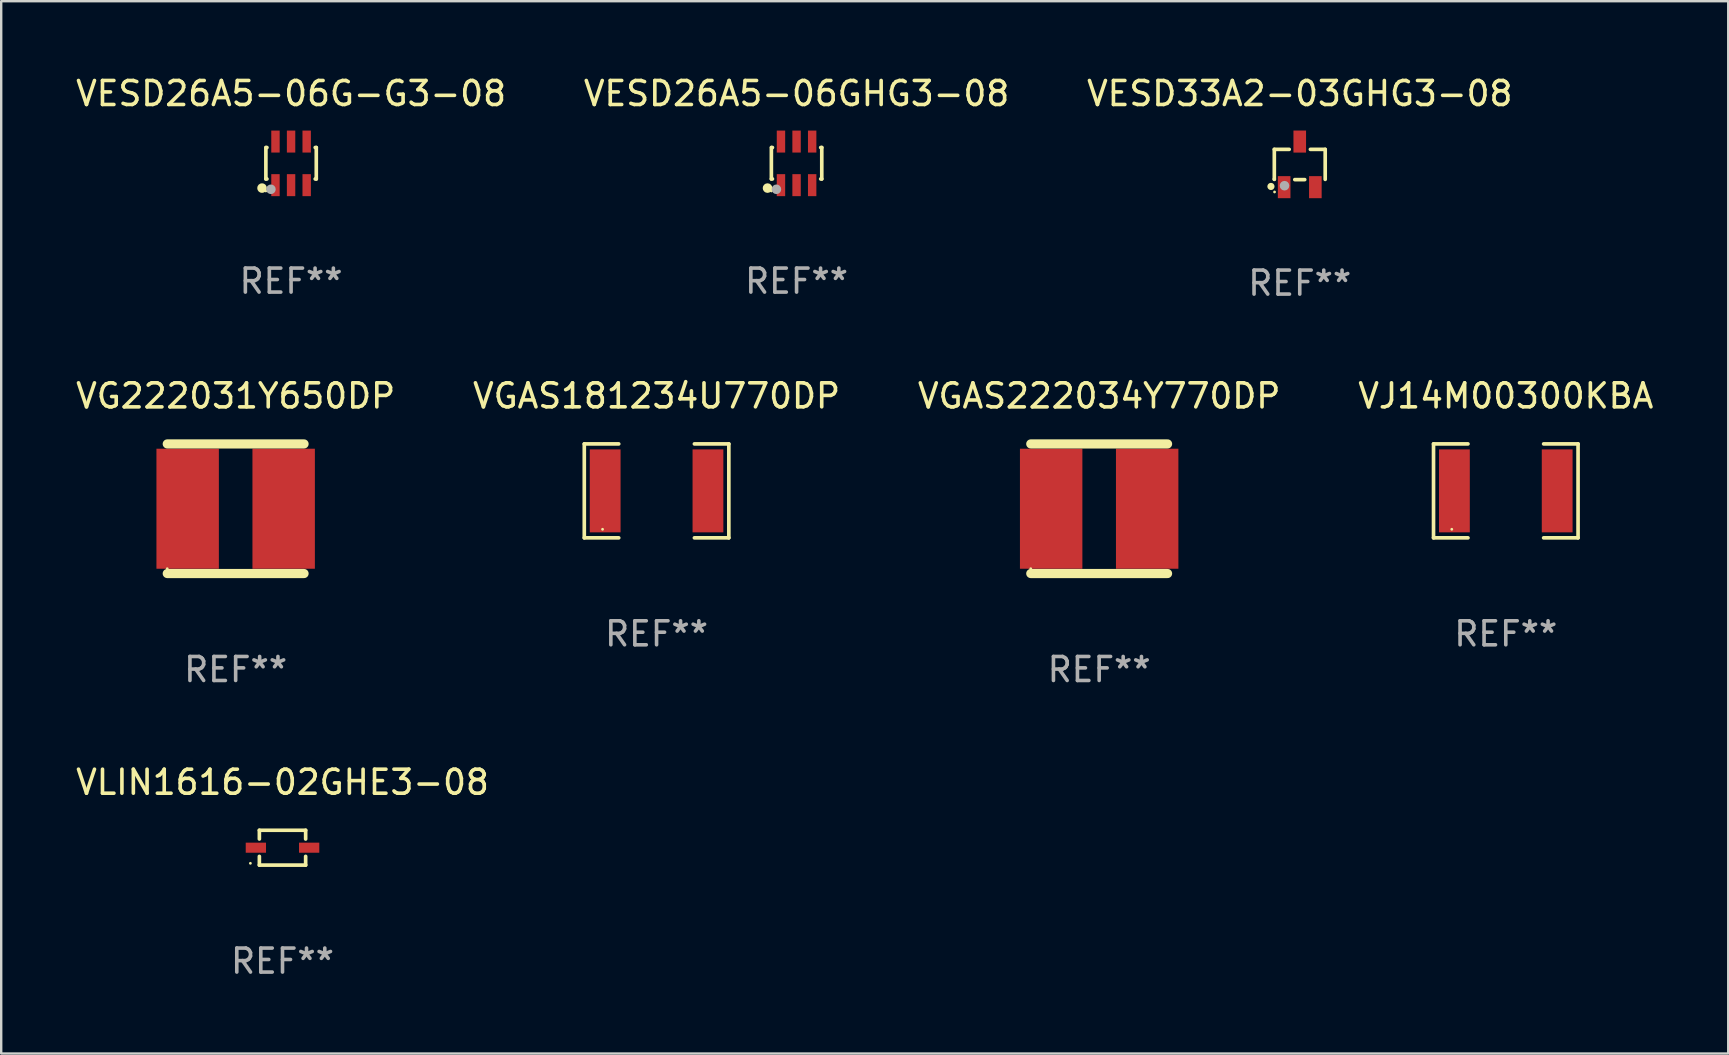
<source format=kicad_pcb>
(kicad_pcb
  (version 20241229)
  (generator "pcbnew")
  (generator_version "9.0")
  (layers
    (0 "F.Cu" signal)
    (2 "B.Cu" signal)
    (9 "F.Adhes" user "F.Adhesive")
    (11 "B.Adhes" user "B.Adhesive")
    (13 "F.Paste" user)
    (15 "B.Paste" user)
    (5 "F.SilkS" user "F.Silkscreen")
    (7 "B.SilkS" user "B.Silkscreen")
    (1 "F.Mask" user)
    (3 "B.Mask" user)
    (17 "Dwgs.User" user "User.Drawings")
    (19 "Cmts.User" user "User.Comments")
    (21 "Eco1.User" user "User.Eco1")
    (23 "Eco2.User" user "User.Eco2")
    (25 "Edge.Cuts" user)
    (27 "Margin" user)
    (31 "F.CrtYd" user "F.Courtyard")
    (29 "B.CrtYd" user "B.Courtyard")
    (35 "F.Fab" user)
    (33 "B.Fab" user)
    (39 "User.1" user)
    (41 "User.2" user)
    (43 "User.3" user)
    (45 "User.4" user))
  (footprint "VESD33A2-03GHG3-08"
    (layer "F.Cu")
    (at 51.101 3.798)
    (property "Reference" "VESD33A2-03GHG3-08" (at 0 -2.95 0) (layer "F.SilkS") (effects (font (size 1 1) (thickness 0.15))))
    (attr through_hole)
    (fp_line (start -1.06 -0.625) (end -1.06 0.615) (stroke (width 0.152) (type solid)) (layer "F.SilkS"))
    (fp_line (start -1.06 0.615) (end -1.06 0.625) (stroke (width 0.152) (type solid)) (layer "F.SilkS"))
    (fp_line (start -0.44 -0.625) (end -1.06 -0.625) (stroke (width 0.152) (type solid)) (layer "F.SilkS"))
    (fp_line (start -0.207 0.635) (end 0.207 0.635) (stroke (width 0.152) (type solid)) (layer "F.SilkS"))
    (fp_line (start 1.06 -0.625) (end 0.443 -0.625) (stroke (width 0.152) (type solid)) (layer "F.SilkS"))
    (fp_line (start 1.06 -0.625) (end 1.06 0.625) (stroke (width 0.152) (type solid)) (layer "F.SilkS"))
    (fp_circle (center -1.2 0.92) (end -1.125 0.92) (stroke (width 0.15) (type solid)) (fill no) (layer "F.SilkS"))
    (fp_circle (center -1.05 1.15) (end -1.02 1.15) (stroke (width 0.06) (type solid)) (fill no) (layer "F.SilkS"))
    (fp_circle (center -0.635 0.889) (end -0.535 0.889) (stroke (width 0.2) (type solid)) (fill no) (layer "F.Fab"))
    (fp_text user "REF**" (at 0 4.95 0) (layer "F.Fab") (effects (font (size 1 1) (thickness 0.15))))
    (pad "1" smd rect (at -0.65 0.95) (size 0.525 0.919) (layers "F.Cu" "F.Mask" "F.Paste"))
    (pad "2" smd rect (at 0.65 0.95) (size 0.525 0.919) (layers "F.Cu" "F.Mask" "F.Paste"))
    (pad "3" smd rect (at 0 -0.95) (size 0.525 0.919) (layers "F.Cu" "F.Mask" "F.Paste")))
  (footprint "VESD26A5-06G-G3-08"
    (layer "F.Cu")
    (at 9.077 3.756)
    (property "Reference" "VESD26A5-06G-G3-08" (at 0 -2.908 0) (layer "F.SilkS") (effects (font (size 1 1) (thickness 0.15))))
    (attr through_hole)
    (fp_line (start -1.05 -0.66) (end -1.05 0.65) (stroke (width 0.152) (type solid)) (layer "F.SilkS"))
    (fp_line (start -1.05 0.65) (end -1.005 0.65) (stroke (width 0.152) (type solid)) (layer "F.SilkS"))
    (fp_line (start -1.005 -0.66) (end -1.04 -0.66) (stroke (width 0.152) (type solid)) (layer "F.SilkS"))
    (fp_line (start 1.005 0.65) (end 1.05 0.65) (stroke (width 0.152) (type solid)) (layer "F.SilkS"))
    (fp_line (start 1.05 -0.66) (end 1.005 -0.66) (stroke (width 0.152) (type solid)) (layer "F.SilkS"))
    (fp_line (start 1.05 0.65) (end 1.05 -0.66) (stroke (width 0.152) (type solid)) (layer "F.SilkS"))
    (fp_circle (center -1.21 1.03) (end -1.11 1.03) (stroke (width 0.2) (type solid)) (fill no) (layer "F.SilkS"))
    (fp_circle (center -1.05 1.15) (end -1.02 1.15) (stroke (width 0.06) (type solid)) (fill no) (layer "F.SilkS"))
    (fp_circle (center -0.84 1.08) (end -0.74 1.08) (stroke (width 0.2) (type solid)) (fill no) (layer "F.Fab"))
    (fp_text user "REF**" (at 0 4.908 0) (layer "F.Fab") (effects (font (size 1 1) (thickness 0.15))))
    (pad "1" smd rect (at -0.65 0.908) (size 0.35 0.916) (layers "F.Cu" "F.Mask" "F.Paste"))
    (pad "2" smd rect (at -0.000013 0.908) (size 0.35 0.916) (layers "F.Cu" "F.Mask" "F.Paste"))
    (pad "3" smd rect (at 0.65 0.908) (size 0.35 0.916) (layers "F.Cu" "F.Mask" "F.Paste"))
    (pad "4" smd rect (at 0.65 -0.908) (size 0.35 0.916) (layers "F.Cu" "F.Mask" "F.Paste"))
    (pad "5" smd rect (at -0.000013 -0.908) (size 0.35 0.916) (layers "F.Cu" "F.Mask" "F.Paste"))
    (pad "6" smd rect (at -0.65 -0.908) (size 0.35 0.916) (layers "F.Cu" "F.Mask" "F.Paste")))
  (footprint "VJ14M00300KBA"
    (layer "F.Cu")
    (at 59.685 17.401)
    (property "Reference" "VJ14M00300KBA" (at 0 -3.957 0) (layer "F.SilkS") (effects (font (size 1 1) (thickness 0.15))))
    (attr through_hole)
    (fp_line (start -3.011 -1.957) (end -1.576 -1.957) (stroke (width 0.152) (type solid)) (layer "F.SilkS"))
    (fp_line (start -3.011 1.957) (end -3.011 -1.957) (stroke (width 0.152) (type solid)) (layer "F.SilkS"))
    (fp_line (start -1.576 1.957) (end -3.011 1.957) (stroke (width 0.152) (type solid)) (layer "F.SilkS"))
    (fp_line (start 1.576 1.957) (end 3.011 1.957) (stroke (width 0.152) (type solid)) (layer "F.SilkS"))
    (fp_line (start 3.011 -1.957) (end 1.576 -1.957) (stroke (width 0.152) (type solid)) (layer "F.SilkS"))
    (fp_line (start 3.011 1.957) (end 3.011 -1.957) (stroke (width 0.152) (type solid)) (layer "F.SilkS"))
    (fp_circle (center -2.25 1.6) (end -2.22 1.6) (stroke (width 0.06) (type solid)) (fill no) (layer "F.SilkS"))
    (fp_text user "REF**" (at 0 5.957 0) (layer "F.Fab") (effects (font (size 1 1) (thickness 0.15))))
    (pad "1" smd rect (at -2.141 0) (size 1.283 3.456) (layers "F.Cu" "F.Mask" "F.Paste"))
    (pad "2" smd rect (at 2.141 0) (size 1.283 3.456) (layers "F.Cu" "F.Mask" "F.Paste")))
  (footprint "VESD26A5-06GHG3-08"
    (layer "F.Cu")
    (at 30.137 3.756)
    (property "Reference" "VESD26A5-06GHG3-08" (at 0 -2.908 0) (layer "F.SilkS") (effects (font (size 1 1) (thickness 0.15))))
    (attr through_hole)
    (fp_line (start -1.05 -0.66) (end -1.05 0.65) (stroke (width 0.152) (type solid)) (layer "F.SilkS"))
    (fp_line (start -1.05 0.65) (end -1.005 0.65) (stroke (width 0.152) (type solid)) (layer "F.SilkS"))
    (fp_line (start -1.005 -0.66) (end -1.04 -0.66) (stroke (width 0.152) (type solid)) (layer "F.SilkS"))
    (fp_line (start 1.005 0.65) (end 1.05 0.65) (stroke (width 0.152) (type solid)) (layer "F.SilkS"))
    (fp_line (start 1.05 -0.66) (end 1.005 -0.66) (stroke (width 0.152) (type solid)) (layer "F.SilkS"))
    (fp_line (start 1.05 0.65) (end 1.05 -0.66) (stroke (width 0.152) (type solid)) (layer "F.SilkS"))
    (fp_circle (center -1.21 1.03) (end -1.11 1.03) (stroke (width 0.2) (type solid)) (fill no) (layer "F.SilkS"))
    (fp_circle (center -1.05 1.15) (end -1.02 1.15) (stroke (width 0.06) (type solid)) (fill no) (layer "F.SilkS"))
    (fp_circle (center -0.84 1.08) (end -0.74 1.08) (stroke (width 0.2) (type solid)) (fill no) (layer "F.Fab"))
    (fp_text user "REF**" (at 0 4.908 0) (layer "F.Fab") (effects (font (size 1 1) (thickness 0.15))))
    (pad "1" smd rect (at -0.65 0.908) (size 0.35 0.916) (layers "F.Cu" "F.Mask" "F.Paste"))
    (pad "2" smd rect (at -0.000013 0.908) (size 0.35 0.916) (layers "F.Cu" "F.Mask" "F.Paste"))
    (pad "3" smd rect (at 0.65 0.908) (size 0.35 0.916) (layers "F.Cu" "F.Mask" "F.Paste"))
    (pad "4" smd rect (at 0.65 -0.908) (size 0.35 0.916) (layers "F.Cu" "F.Mask" "F.Paste"))
    (pad "5" smd rect (at -0.000013 -0.908) (size 0.35 0.916) (layers "F.Cu" "F.Mask" "F.Paste"))
    (pad "6" smd rect (at -0.65 -0.908) (size 0.35 0.916) (layers "F.Cu" "F.Mask" "F.Paste")))
  (footprint "VLIN1616-02GHE3-08"
    (layer "F.Cu")
    (at 8.72 32.267)
    (property "Reference" "VLIN1616-02GHE3-08" (at 0 -2.726 0) (layer "F.SilkS") (effects (font (size 1 1) (thickness 0.15))))
    (attr through_hole)
    (fp_line (start -0.964 -0.726) (end 0.964 -0.726) (stroke (width 0.152) (type solid)) (layer "F.SilkS"))
    (fp_line (start -0.964 -0.362) (end -0.964 -0.726) (stroke (width 0.152) (type solid)) (layer "F.SilkS"))
    (fp_line (start -0.964 0.362) (end -0.964 0.726) (stroke (width 0.152) (type solid)) (layer "F.SilkS"))
    (fp_line (start -0.964 0.726) (end 0.964 0.726) (stroke (width 0.152) (type solid)) (layer "F.SilkS"))
    (fp_line (start 0.964 -0.362) (end 0.964 -0.726) (stroke (width 0.152) (type solid)) (layer "F.SilkS"))
    (fp_line (start 0.964 0.362) (end 0.964 0.726) (stroke (width 0.152) (type solid)) (layer "F.SilkS"))
    (fp_circle (center -1.338 0.65) (end -1.308 0.65) (stroke (width 0.06) (type solid)) (fill no) (layer "F.SilkS"))
    (fp_text user "REF**" (at 0 4.726 0) (layer "F.Fab") (effects (font (size 1 1) (thickness 0.15))))
    (pad "1" smd rect (at -1.11 -0.000114) (size 0.845 0.42) (layers "F.Cu" "F.Mask" "F.Paste"))
    (pad "2" smd rect (at 1.11 -0.000114) (size 0.845 0.42) (layers "F.Cu" "F.Mask" "F.Paste")))
  (footprint "VGAS181234U770DP"
    (layer "F.Cu")
    (at 24.304 17.401)
    (property "Reference" "VGAS181234U770DP" (at 0 -3.957 0) (layer "F.SilkS") (effects (font (size 1 1) (thickness 0.15))))
    (attr through_hole)
    (fp_line (start -3.011 -1.957) (end -1.576 -1.957) (stroke (width 0.152) (type solid)) (layer "F.SilkS"))
    (fp_line (start -3.011 1.957) (end -3.011 -1.957) (stroke (width 0.152) (type solid)) (layer "F.SilkS"))
    (fp_line (start -1.576 1.957) (end -3.011 1.957) (stroke (width 0.152) (type solid)) (layer "F.SilkS"))
    (fp_line (start 1.576 1.957) (end 3.011 1.957) (stroke (width 0.152) (type solid)) (layer "F.SilkS"))
    (fp_line (start 3.011 -1.957) (end 1.576 -1.957) (stroke (width 0.152) (type solid)) (layer "F.SilkS"))
    (fp_line (start 3.011 1.957) (end 3.011 -1.957) (stroke (width 0.152) (type solid)) (layer "F.SilkS"))
    (fp_circle (center -2.25 1.6) (end -2.22 1.6) (stroke (width 0.06) (type solid)) (fill no) (layer "F.SilkS"))
    (fp_text user "REF**" (at 0 5.957 0) (layer "F.Fab") (effects (font (size 1 1) (thickness 0.15))))
    (pad "1" smd rect (at -2.141 0) (size 1.283 3.456) (layers "F.Cu" "F.Mask" "F.Paste"))
    (pad "2" smd rect (at 2.141 0) (size 1.283 3.456) (layers "F.Cu" "F.Mask" "F.Paste")))
  (footprint "VG222031Y650DP"
    (layer "F.Cu")
    (at 6.768 18.145)
    (property "Reference" "VG222031Y650DP" (at 0 -4.7 0) (layer "F.SilkS") (effects (font (size 1 1) (thickness 0.15))))
    (attr through_hole)
    (fp_line (start -2.85 -2.7) (end 2.85 -2.7) (stroke (width 0.381) (type solid)) (layer "F.SilkS"))
    (fp_line (start 2.85 2.7) (end -2.85 2.7) (stroke (width 0.381) (type solid)) (layer "F.SilkS"))
    (fp_circle (center -2.85 2.5) (end -2.82 2.5) (stroke (width 0.06) (type solid)) (fill no) (layer "F.SilkS"))
    (fp_text user "REF**" (at 0 6.7 0) (layer "F.Fab") (effects (font (size 1 1) (thickness 0.15))))
    (pad "1" smd rect (at -2 0) (size 2.601 5) (layers "F.Cu" "F.Mask" "F.Paste"))
    (pad "2" smd rect (at 2 0) (size 2.601 5) (layers "F.Cu" "F.Mask" "F.Paste")))
  (footprint "VGAS222034Y770DP"
    (layer "F.Cu")
    (at 42.744 18.145)
    (property "Reference" "VGAS222034Y770DP" (at 0 -4.7 0) (layer "F.SilkS") (effects (font (size 1 1) (thickness 0.15))))
    (attr through_hole)
    (fp_line (start -2.85 -2.7) (end 2.85 -2.7) (stroke (width 0.381) (type solid)) (layer "F.SilkS"))
    (fp_line (start 2.85 2.7) (end -2.85 2.7) (stroke (width 0.381) (type solid)) (layer "F.SilkS"))
    (fp_circle (center -2.85 2.5) (end -2.82 2.5) (stroke (width 0.06) (type solid)) (fill no) (layer "F.SilkS"))
    (fp_text user "REF**" (at 0 6.7 0) (layer "F.Fab") (effects (font (size 1 1) (thickness 0.15))))
    (pad "1" smd rect (at -2 0) (size 2.601 5) (layers "F.Cu" "F.Mask" "F.Paste"))
    (pad "2" smd rect (at 2 0) (size 2.601 5) (layers "F.Cu" "F.Mask" "F.Paste")))
  (gr_rect
    (start -3 -3)
    (end 68.952 40.842)
    (stroke (width 0.1) (type default))
    (fill no)
    (layer "Edge.Cuts")))
</source>
